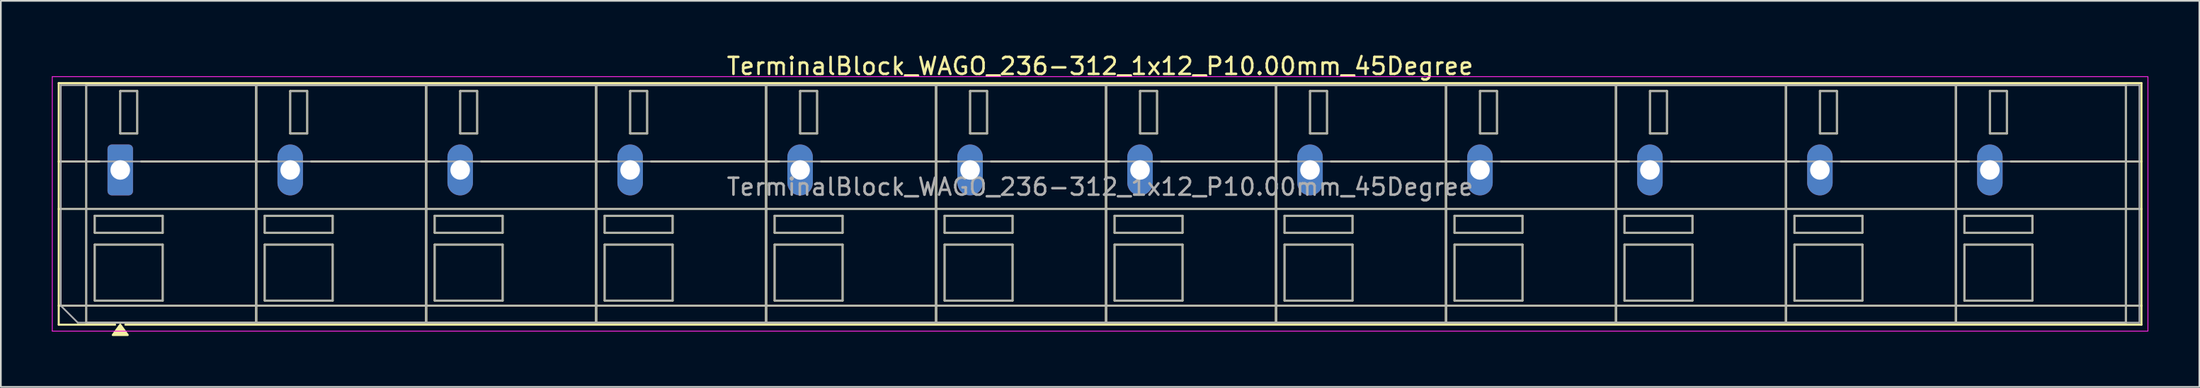
<source format=kicad_pcb>
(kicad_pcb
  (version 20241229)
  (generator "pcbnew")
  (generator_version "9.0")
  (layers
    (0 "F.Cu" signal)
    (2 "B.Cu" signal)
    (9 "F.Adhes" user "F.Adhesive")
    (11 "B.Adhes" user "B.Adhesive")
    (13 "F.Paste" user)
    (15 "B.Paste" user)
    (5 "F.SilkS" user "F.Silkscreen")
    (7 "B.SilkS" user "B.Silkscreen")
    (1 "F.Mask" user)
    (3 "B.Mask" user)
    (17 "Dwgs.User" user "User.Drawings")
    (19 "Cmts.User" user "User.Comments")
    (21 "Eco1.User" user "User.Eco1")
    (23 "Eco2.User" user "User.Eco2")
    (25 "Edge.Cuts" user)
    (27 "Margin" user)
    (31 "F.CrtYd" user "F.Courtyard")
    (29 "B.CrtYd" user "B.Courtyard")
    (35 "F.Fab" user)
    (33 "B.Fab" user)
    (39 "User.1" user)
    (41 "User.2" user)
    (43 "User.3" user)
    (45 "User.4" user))
  (footprint "TerminalBlock_WAGO_236-312_1x12_P10.00mm_45Degree"
    (layer "F.Cu")
    (at 4.025 6.968)
    (property "Reference" "TerminalBlock_WAGO_236-312_1x12_P10.00mm_45Degree" (at 57.65 -6.12 0) (layer "F.SilkS") (effects (font (size 1 1) (thickness 0.15))))
    (attr through_hole)
    (fp_line (start -3.62 -5.12) (end 118.92 -5.12) (stroke (width 0.12) (type solid)) (layer "F.SilkS"))
    (fp_line (start -3.62 -0.5) (end -1.23 -0.5) (stroke (width 0.12) (type solid)) (layer "F.SilkS"))
    (fp_line (start -3.62 2.3) (end 118.92 2.3) (stroke (width 0.12) (type solid)) (layer "F.SilkS"))
    (fp_line (start -3.62 8) (end 118.92 8) (stroke (width 0.12) (type solid)) (layer "F.SilkS"))
    (fp_line (start -3.62 9.12) (end -3.62 -5.12) (stroke (width 0.12) (type solid)) (layer "F.SilkS"))
    (fp_line (start -2 -5) (end 8 -5) (stroke (width 0.12) (type solid)) (layer "F.SilkS"))
    (fp_line (start -2 9) (end -2 -5) (stroke (width 0.12) (type solid)) (layer "F.SilkS"))
    (fp_line (start -1.5 2.7) (end 2.5 2.7) (stroke (width 0.12) (type solid)) (layer "F.SilkS"))
    (fp_line (start -1.5 3.7) (end -1.5 2.7) (stroke (width 0.12) (type solid)) (layer "F.SilkS"))
    (fp_line (start -1.5 4.4) (end 2.5 4.4) (stroke (width 0.12) (type solid)) (layer "F.SilkS"))
    (fp_line (start -1.5 7.7) (end -1.5 4.4) (stroke (width 0.12) (type solid)) (layer "F.SilkS"))
    (fp_line (start -0.3 9.12) (end -3.62 9.12) (stroke (width 0.12) (type solid)) (layer "F.SilkS"))
    (fp_line (start 0 -4.65) (end 1 -4.65) (stroke (width 0.12) (type solid)) (layer "F.SilkS"))
    (fp_line (start 0 -2.15) (end 0 -4.65) (stroke (width 0.12) (type solid)) (layer "F.SilkS"))
    (fp_line (start 1 -4.65) (end 1 -2.15) (stroke (width 0.12) (type solid)) (layer "F.SilkS"))
    (fp_line (start 1 -2.15) (end 0 -2.15) (stroke (width 0.12) (type solid)) (layer "F.SilkS"))
    (fp_line (start 1.23 -0.5) (end 8.77 -0.5) (stroke (width 0.12) (type solid)) (layer "F.SilkS"))
    (fp_line (start 2.5 2.7) (end 2.5 3.7) (stroke (width 0.12) (type solid)) (layer "F.SilkS"))
    (fp_line (start 2.5 3.7) (end -1.5 3.7) (stroke (width 0.12) (type solid)) (layer "F.SilkS"))
    (fp_line (start 2.5 4.4) (end 2.5 7.7) (stroke (width 0.12) (type solid)) (layer "F.SilkS"))
    (fp_line (start 2.5 7.7) (end -1.5 7.7) (stroke (width 0.12) (type solid)) (layer "F.SilkS"))
    (fp_line (start 8 -5) (end 8 9) (stroke (width 0.12) (type solid)) (layer "F.SilkS"))
    (fp_line (start 8 -5) (end 18 -5) (stroke (width 0.12) (type solid)) (layer "F.SilkS"))
    (fp_line (start 8 9) (end -2 9) (stroke (width 0.12) (type solid)) (layer "F.SilkS"))
    (fp_line (start 8 9) (end 8 -5) (stroke (width 0.12) (type solid)) (layer "F.SilkS"))
    (fp_line (start 8.5 2.7) (end 12.5 2.7) (stroke (width 0.12) (type solid)) (layer "F.SilkS"))
    (fp_line (start 8.5 3.7) (end 8.5 2.7) (stroke (width 0.12) (type solid)) (layer "F.SilkS"))
    (fp_line (start 8.5 4.4) (end 12.5 4.4) (stroke (width 0.12) (type solid)) (layer "F.SilkS"))
    (fp_line (start 8.5 7.7) (end 8.5 4.4) (stroke (width 0.12) (type solid)) (layer "F.SilkS"))
    (fp_line (start 10 -4.65) (end 11 -4.65) (stroke (width 0.12) (type solid)) (layer "F.SilkS"))
    (fp_line (start 10 -2.15) (end 10 -4.65) (stroke (width 0.12) (type solid)) (layer "F.SilkS"))
    (fp_line (start 11 -4.65) (end 11 -2.15) (stroke (width 0.12) (type solid)) (layer "F.SilkS"))
    (fp_line (start 11 -2.15) (end 10 -2.15) (stroke (width 0.12) (type solid)) (layer "F.SilkS"))
    (fp_line (start 11.23 -0.5) (end 18.77 -0.5) (stroke (width 0.12) (type solid)) (layer "F.SilkS"))
    (fp_line (start 12.5 2.7) (end 12.5 3.7) (stroke (width 0.12) (type solid)) (layer "F.SilkS"))
    (fp_line (start 12.5 3.7) (end 8.5 3.7) (stroke (width 0.12) (type solid)) (layer "F.SilkS"))
    (fp_line (start 12.5 4.4) (end 12.5 7.7) (stroke (width 0.12) (type solid)) (layer "F.SilkS"))
    (fp_line (start 12.5 7.7) (end 8.5 7.7) (stroke (width 0.12) (type solid)) (layer "F.SilkS"))
    (fp_line (start 18 -5) (end 18 9) (stroke (width 0.12) (type solid)) (layer "F.SilkS"))
    (fp_line (start 18 -5) (end 28 -5) (stroke (width 0.12) (type solid)) (layer "F.SilkS"))
    (fp_line (start 18 9) (end 8 9) (stroke (width 0.12) (type solid)) (layer "F.SilkS"))
    (fp_line (start 18 9) (end 18 -5) (stroke (width 0.12) (type solid)) (layer "F.SilkS"))
    (fp_line (start 18.5 2.7) (end 22.5 2.7) (stroke (width 0.12) (type solid)) (layer "F.SilkS"))
    (fp_line (start 18.5 3.7) (end 18.5 2.7) (stroke (width 0.12) (type solid)) (layer "F.SilkS"))
    (fp_line (start 18.5 4.4) (end 22.5 4.4) (stroke (width 0.12) (type solid)) (layer "F.SilkS"))
    (fp_line (start 18.5 7.7) (end 18.5 4.4) (stroke (width 0.12) (type solid)) (layer "F.SilkS"))
    (fp_line (start 20 -4.65) (end 21 -4.65) (stroke (width 0.12) (type solid)) (layer "F.SilkS"))
    (fp_line (start 20 -2.15) (end 20 -4.65) (stroke (width 0.12) (type solid)) (layer "F.SilkS"))
    (fp_line (start 21 -4.65) (end 21 -2.15) (stroke (width 0.12) (type solid)) (layer "F.SilkS"))
    (fp_line (start 21 -2.15) (end 20 -2.15) (stroke (width 0.12) (type solid)) (layer "F.SilkS"))
    (fp_line (start 21.23 -0.5) (end 28.77 -0.5) (stroke (width 0.12) (type solid)) (layer "F.SilkS"))
    (fp_line (start 22.5 2.7) (end 22.5 3.7) (stroke (width 0.12) (type solid)) (layer "F.SilkS"))
    (fp_line (start 22.5 3.7) (end 18.5 3.7) (stroke (width 0.12) (type solid)) (layer "F.SilkS"))
    (fp_line (start 22.5 4.4) (end 22.5 7.7) (stroke (width 0.12) (type solid)) (layer "F.SilkS"))
    (fp_line (start 22.5 7.7) (end 18.5 7.7) (stroke (width 0.12) (type solid)) (layer "F.SilkS"))
    (fp_line (start 28 -5) (end 28 9) (stroke (width 0.12) (type solid)) (layer "F.SilkS"))
    (fp_line (start 28 -5) (end 38 -5) (stroke (width 0.12) (type solid)) (layer "F.SilkS"))
    (fp_line (start 28 9) (end 18 9) (stroke (width 0.12) (type solid)) (layer "F.SilkS"))
    (fp_line (start 28 9) (end 28 -5) (stroke (width 0.12) (type solid)) (layer "F.SilkS"))
    (fp_line (start 28.5 2.7) (end 32.5 2.7) (stroke (width 0.12) (type solid)) (layer "F.SilkS"))
    (fp_line (start 28.5 3.7) (end 28.5 2.7) (stroke (width 0.12) (type solid)) (layer "F.SilkS"))
    (fp_line (start 28.5 4.4) (end 32.5 4.4) (stroke (width 0.12) (type solid)) (layer "F.SilkS"))
    (fp_line (start 28.5 7.7) (end 28.5 4.4) (stroke (width 0.12) (type solid)) (layer "F.SilkS"))
    (fp_line (start 30 -4.65) (end 31 -4.65) (stroke (width 0.12) (type solid)) (layer "F.SilkS"))
    (fp_line (start 30 -2.15) (end 30 -4.65) (stroke (width 0.12) (type solid)) (layer "F.SilkS"))
    (fp_line (start 31 -4.65) (end 31 -2.15) (stroke (width 0.12) (type solid)) (layer "F.SilkS"))
    (fp_line (start 31 -2.15) (end 30 -2.15) (stroke (width 0.12) (type solid)) (layer "F.SilkS"))
    (fp_line (start 31.23 -0.5) (end 38.77 -0.5) (stroke (width 0.12) (type solid)) (layer "F.SilkS"))
    (fp_line (start 32.5 2.7) (end 32.5 3.7) (stroke (width 0.12) (type solid)) (layer "F.SilkS"))
    (fp_line (start 32.5 3.7) (end 28.5 3.7) (stroke (width 0.12) (type solid)) (layer "F.SilkS"))
    (fp_line (start 32.5 4.4) (end 32.5 7.7) (stroke (width 0.12) (type solid)) (layer "F.SilkS"))
    (fp_line (start 32.5 7.7) (end 28.5 7.7) (stroke (width 0.12) (type solid)) (layer "F.SilkS"))
    (fp_line (start 38 -5) (end 38 9) (stroke (width 0.12) (type solid)) (layer "F.SilkS"))
    (fp_line (start 38 -5) (end 48 -5) (stroke (width 0.12) (type solid)) (layer "F.SilkS"))
    (fp_line (start 38 9) (end 28 9) (stroke (width 0.12) (type solid)) (layer "F.SilkS"))
    (fp_line (start 38 9) (end 38 -5) (stroke (width 0.12) (type solid)) (layer "F.SilkS"))
    (fp_line (start 38.5 2.7) (end 42.5 2.7) (stroke (width 0.12) (type solid)) (layer "F.SilkS"))
    (fp_line (start 38.5 3.7) (end 38.5 2.7) (stroke (width 0.12) (type solid)) (layer "F.SilkS"))
    (fp_line (start 38.5 4.4) (end 42.5 4.4) (stroke (width 0.12) (type solid)) (layer "F.SilkS"))
    (fp_line (start 38.5 7.7) (end 38.5 4.4) (stroke (width 0.12) (type solid)) (layer "F.SilkS"))
    (fp_line (start 40 -4.65) (end 41 -4.65) (stroke (width 0.12) (type solid)) (layer "F.SilkS"))
    (fp_line (start 40 -2.15) (end 40 -4.65) (stroke (width 0.12) (type solid)) (layer "F.SilkS"))
    (fp_line (start 41 -4.65) (end 41 -2.15) (stroke (width 0.12) (type solid)) (layer "F.SilkS"))
    (fp_line (start 41 -2.15) (end 40 -2.15) (stroke (width 0.12) (type solid)) (layer "F.SilkS"))
    (fp_line (start 41.23 -0.5) (end 48.77 -0.5) (stroke (width 0.12) (type solid)) (layer "F.SilkS"))
    (fp_line (start 42.5 2.7) (end 42.5 3.7) (stroke (width 0.12) (type solid)) (layer "F.SilkS"))
    (fp_line (start 42.5 3.7) (end 38.5 3.7) (stroke (width 0.12) (type solid)) (layer "F.SilkS"))
    (fp_line (start 42.5 4.4) (end 42.5 7.7) (stroke (width 0.12) (type solid)) (layer "F.SilkS"))
    (fp_line (start 42.5 7.7) (end 38.5 7.7) (stroke (width 0.12) (type solid)) (layer "F.SilkS"))
    (fp_line (start 48 -5) (end 48 9) (stroke (width 0.12) (type solid)) (layer "F.SilkS"))
    (fp_line (start 48 -5) (end 58 -5) (stroke (width 0.12) (type solid)) (layer "F.SilkS"))
    (fp_line (start 48 9) (end 38 9) (stroke (width 0.12) (type solid)) (layer "F.SilkS"))
    (fp_line (start 48 9) (end 48 -5) (stroke (width 0.12) (type solid)) (layer "F.SilkS"))
    (fp_line (start 48.5 2.7) (end 52.5 2.7) (stroke (width 0.12) (type solid)) (layer "F.SilkS"))
    (fp_line (start 48.5 3.7) (end 48.5 2.7) (stroke (width 0.12) (type solid)) (layer "F.SilkS"))
    (fp_line (start 48.5 4.4) (end 52.5 4.4) (stroke (width 0.12) (type solid)) (layer "F.SilkS"))
    (fp_line (start 48.5 7.7) (end 48.5 4.4) (stroke (width 0.12) (type solid)) (layer "F.SilkS"))
    (fp_line (start 50 -4.65) (end 51 -4.65) (stroke (width 0.12) (type solid)) (layer "F.SilkS"))
    (fp_line (start 50 -2.15) (end 50 -4.65) (stroke (width 0.12) (type solid)) (layer "F.SilkS"))
    (fp_line (start 51 -4.65) (end 51 -2.15) (stroke (width 0.12) (type solid)) (layer "F.SilkS"))
    (fp_line (start 51 -2.15) (end 50 -2.15) (stroke (width 0.12) (type solid)) (layer "F.SilkS"))
    (fp_line (start 51.23 -0.5) (end 58.77 -0.5) (stroke (width 0.12) (type solid)) (layer "F.SilkS"))
    (fp_line (start 52.5 2.7) (end 52.5 3.7) (stroke (width 0.12) (type solid)) (layer "F.SilkS"))
    (fp_line (start 52.5 3.7) (end 48.5 3.7) (stroke (width 0.12) (type solid)) (layer "F.SilkS"))
    (fp_line (start 52.5 4.4) (end 52.5 7.7) (stroke (width 0.12) (type solid)) (layer "F.SilkS"))
    (fp_line (start 52.5 7.7) (end 48.5 7.7) (stroke (width 0.12) (type solid)) (layer "F.SilkS"))
    (fp_line (start 58 -5) (end 58 9) (stroke (width 0.12) (type solid)) (layer "F.SilkS"))
    (fp_line (start 58 -5) (end 68 -5) (stroke (width 0.12) (type solid)) (layer "F.SilkS"))
    (fp_line (start 58 9) (end 48 9) (stroke (width 0.12) (type solid)) (layer "F.SilkS"))
    (fp_line (start 58 9) (end 58 -5) (stroke (width 0.12) (type solid)) (layer "F.SilkS"))
    (fp_line (start 58.5 2.7) (end 62.5 2.7) (stroke (width 0.12) (type solid)) (layer "F.SilkS"))
    (fp_line (start 58.5 3.7) (end 58.5 2.7) (stroke (width 0.12) (type solid)) (layer "F.SilkS"))
    (fp_line (start 58.5 4.4) (end 62.5 4.4) (stroke (width 0.12) (type solid)) (layer "F.SilkS"))
    (fp_line (start 58.5 7.7) (end 58.5 4.4) (stroke (width 0.12) (type solid)) (layer "F.SilkS"))
    (fp_line (start 60 -4.65) (end 61 -4.65) (stroke (width 0.12) (type solid)) (layer "F.SilkS"))
    (fp_line (start 60 -2.15) (end 60 -4.65) (stroke (width 0.12) (type solid)) (layer "F.SilkS"))
    (fp_line (start 61 -4.65) (end 61 -2.15) (stroke (width 0.12) (type solid)) (layer "F.SilkS"))
    (fp_line (start 61 -2.15) (end 60 -2.15) (stroke (width 0.12) (type solid)) (layer "F.SilkS"))
    (fp_line (start 61.23 -0.5) (end 68.77 -0.5) (stroke (width 0.12) (type solid)) (layer "F.SilkS"))
    (fp_line (start 62.5 2.7) (end 62.5 3.7) (stroke (width 0.12) (type solid)) (layer "F.SilkS"))
    (fp_line (start 62.5 3.7) (end 58.5 3.7) (stroke (width 0.12) (type solid)) (layer "F.SilkS"))
    (fp_line (start 62.5 4.4) (end 62.5 7.7) (stroke (width 0.12) (type solid)) (layer "F.SilkS"))
    (fp_line (start 62.5 7.7) (end 58.5 7.7) (stroke (width 0.12) (type solid)) (layer "F.SilkS"))
    (fp_line (start 68 -5) (end 68 9) (stroke (width 0.12) (type solid)) (layer "F.SilkS"))
    (fp_line (start 68 -5) (end 78 -5) (stroke (width 0.12) (type solid)) (layer "F.SilkS"))
    (fp_line (start 68 9) (end 58 9) (stroke (width 0.12) (type solid)) (layer "F.SilkS"))
    (fp_line (start 68 9) (end 68 -5) (stroke (width 0.12) (type solid)) (layer "F.SilkS"))
    (fp_line (start 68.5 2.7) (end 72.5 2.7) (stroke (width 0.12) (type solid)) (layer "F.SilkS"))
    (fp_line (start 68.5 3.7) (end 68.5 2.7) (stroke (width 0.12) (type solid)) (layer "F.SilkS"))
    (fp_line (start 68.5 4.4) (end 72.5 4.4) (stroke (width 0.12) (type solid)) (layer "F.SilkS"))
    (fp_line (start 68.5 7.7) (end 68.5 4.4) (stroke (width 0.12) (type solid)) (layer "F.SilkS"))
    (fp_line (start 70 -4.65) (end 71 -4.65) (stroke (width 0.12) (type solid)) (layer "F.SilkS"))
    (fp_line (start 70 -2.15) (end 70 -4.65) (stroke (width 0.12) (type solid)) (layer "F.SilkS"))
    (fp_line (start 71 -4.65) (end 71 -2.15) (stroke (width 0.12) (type solid)) (layer "F.SilkS"))
    (fp_line (start 71 -2.15) (end 70 -2.15) (stroke (width 0.12) (type solid)) (layer "F.SilkS"))
    (fp_line (start 71.23 -0.5) (end 78.77 -0.5) (stroke (width 0.12) (type solid)) (layer "F.SilkS"))
    (fp_line (start 72.5 2.7) (end 72.5 3.7) (stroke (width 0.12) (type solid)) (layer "F.SilkS"))
    (fp_line (start 72.5 3.7) (end 68.5 3.7) (stroke (width 0.12) (type solid)) (layer "F.SilkS"))
    (fp_line (start 72.5 4.4) (end 72.5 7.7) (stroke (width 0.12) (type solid)) (layer "F.SilkS"))
    (fp_line (start 72.5 7.7) (end 68.5 7.7) (stroke (width 0.12) (type solid)) (layer "F.SilkS"))
    (fp_line (start 78 -5) (end 78 9) (stroke (width 0.12) (type solid)) (layer "F.SilkS"))
    (fp_line (start 78 -5) (end 88 -5) (stroke (width 0.12) (type solid)) (layer "F.SilkS"))
    (fp_line (start 78 9) (end 68 9) (stroke (width 0.12) (type solid)) (layer "F.SilkS"))
    (fp_line (start 78 9) (end 78 -5) (stroke (width 0.12) (type solid)) (layer "F.SilkS"))
    (fp_line (start 78.5 2.7) (end 82.5 2.7) (stroke (width 0.12) (type solid)) (layer "F.SilkS"))
    (fp_line (start 78.5 3.7) (end 78.5 2.7) (stroke (width 0.12) (type solid)) (layer "F.SilkS"))
    (fp_line (start 78.5 4.4) (end 82.5 4.4) (stroke (width 0.12) (type solid)) (layer "F.SilkS"))
    (fp_line (start 78.5 7.7) (end 78.5 4.4) (stroke (width 0.12) (type solid)) (layer "F.SilkS"))
    (fp_line (start 80 -4.65) (end 81 -4.65) (stroke (width 0.12) (type solid)) (layer "F.SilkS"))
    (fp_line (start 80 -2.15) (end 80 -4.65) (stroke (width 0.12) (type solid)) (layer "F.SilkS"))
    (fp_line (start 81 -4.65) (end 81 -2.15) (stroke (width 0.12) (type solid)) (layer "F.SilkS"))
    (fp_line (start 81 -2.15) (end 80 -2.15) (stroke (width 0.12) (type solid)) (layer "F.SilkS"))
    (fp_line (start 81.23 -0.5) (end 88.77 -0.5) (stroke (width 0.12) (type solid)) (layer "F.SilkS"))
    (fp_line (start 82.5 2.7) (end 82.5 3.7) (stroke (width 0.12) (type solid)) (layer "F.SilkS"))
    (fp_line (start 82.5 3.7) (end 78.5 3.7) (stroke (width 0.12) (type solid)) (layer "F.SilkS"))
    (fp_line (start 82.5 4.4) (end 82.5 7.7) (stroke (width 0.12) (type solid)) (layer "F.SilkS"))
    (fp_line (start 82.5 7.7) (end 78.5 7.7) (stroke (width 0.12) (type solid)) (layer "F.SilkS"))
    (fp_line (start 88 -5) (end 88 9) (stroke (width 0.12) (type solid)) (layer "F.SilkS"))
    (fp_line (start 88 -5) (end 98 -5) (stroke (width 0.12) (type solid)) (layer "F.SilkS"))
    (fp_line (start 88 9) (end 78 9) (stroke (width 0.12) (type solid)) (layer "F.SilkS"))
    (fp_line (start 88 9) (end 88 -5) (stroke (width 0.12) (type solid)) (layer "F.SilkS"))
    (fp_line (start 88.5 2.7) (end 92.5 2.7) (stroke (width 0.12) (type solid)) (layer "F.SilkS"))
    (fp_line (start 88.5 3.7) (end 88.5 2.7) (stroke (width 0.12) (type solid)) (layer "F.SilkS"))
    (fp_line (start 88.5 4.4) (end 92.5 4.4) (stroke (width 0.12) (type solid)) (layer "F.SilkS"))
    (fp_line (start 88.5 7.7) (end 88.5 4.4) (stroke (width 0.12) (type solid)) (layer "F.SilkS"))
    (fp_line (start 90 -4.65) (end 91 -4.65) (stroke (width 0.12) (type solid)) (layer "F.SilkS"))
    (fp_line (start 90 -2.15) (end 90 -4.65) (stroke (width 0.12) (type solid)) (layer "F.SilkS"))
    (fp_line (start 91 -4.65) (end 91 -2.15) (stroke (width 0.12) (type solid)) (layer "F.SilkS"))
    (fp_line (start 91 -2.15) (end 90 -2.15) (stroke (width 0.12) (type solid)) (layer "F.SilkS"))
    (fp_line (start 91.23 -0.5) (end 98.77 -0.5) (stroke (width 0.12) (type solid)) (layer "F.SilkS"))
    (fp_line (start 92.5 2.7) (end 92.5 3.7) (stroke (width 0.12) (type solid)) (layer "F.SilkS"))
    (fp_line (start 92.5 3.7) (end 88.5 3.7) (stroke (width 0.12) (type solid)) (layer "F.SilkS"))
    (fp_line (start 92.5 4.4) (end 92.5 7.7) (stroke (width 0.12) (type solid)) (layer "F.SilkS"))
    (fp_line (start 92.5 7.7) (end 88.5 7.7) (stroke (width 0.12) (type solid)) (layer "F.SilkS"))
    (fp_line (start 98 -5) (end 98 9) (stroke (width 0.12) (type solid)) (layer "F.SilkS"))
    (fp_line (start 98 -5) (end 108 -5) (stroke (width 0.12) (type solid)) (layer "F.SilkS"))
    (fp_line (start 98 9) (end 88 9) (stroke (width 0.12) (type solid)) (layer "F.SilkS"))
    (fp_line (start 98 9) (end 98 -5) (stroke (width 0.12) (type solid)) (layer "F.SilkS"))
    (fp_line (start 98.5 2.7) (end 102.5 2.7) (stroke (width 0.12) (type solid)) (layer "F.SilkS"))
    (fp_line (start 98.5 3.7) (end 98.5 2.7) (stroke (width 0.12) (type solid)) (layer "F.SilkS"))
    (fp_line (start 98.5 4.4) (end 102.5 4.4) (stroke (width 0.12) (type solid)) (layer "F.SilkS"))
    (fp_line (start 98.5 7.7) (end 98.5 4.4) (stroke (width 0.12) (type solid)) (layer "F.SilkS"))
    (fp_line (start 100 -4.65) (end 101 -4.65) (stroke (width 0.12) (type solid)) (layer "F.SilkS"))
    (fp_line (start 100 -2.15) (end 100 -4.65) (stroke (width 0.12) (type solid)) (layer "F.SilkS"))
    (fp_line (start 101 -4.65) (end 101 -2.15) (stroke (width 0.12) (type solid)) (layer "F.SilkS"))
    (fp_line (start 101 -2.15) (end 100 -2.15) (stroke (width 0.12) (type solid)) (layer "F.SilkS"))
    (fp_line (start 101.23 -0.5) (end 108.77 -0.5) (stroke (width 0.12) (type solid)) (layer "F.SilkS"))
    (fp_line (start 102.5 2.7) (end 102.5 3.7) (stroke (width 0.12) (type solid)) (layer "F.SilkS"))
    (fp_line (start 102.5 3.7) (end 98.5 3.7) (stroke (width 0.12) (type solid)) (layer "F.SilkS"))
    (fp_line (start 102.5 4.4) (end 102.5 7.7) (stroke (width 0.12) (type solid)) (layer "F.SilkS"))
    (fp_line (start 102.5 7.7) (end 98.5 7.7) (stroke (width 0.12) (type solid)) (layer "F.SilkS"))
    (fp_line (start 108 -5) (end 108 9) (stroke (width 0.12) (type solid)) (layer "F.SilkS"))
    (fp_line (start 108 -5) (end 118 -5) (stroke (width 0.12) (type solid)) (layer "F.SilkS"))
    (fp_line (start 108 9) (end 98 9) (stroke (width 0.12) (type solid)) (layer "F.SilkS"))
    (fp_line (start 108 9) (end 108 -5) (stroke (width 0.12) (type solid)) (layer "F.SilkS"))
    (fp_line (start 108.5 2.7) (end 112.5 2.7) (stroke (width 0.12) (type solid)) (layer "F.SilkS"))
    (fp_line (start 108.5 3.7) (end 108.5 2.7) (stroke (width 0.12) (type solid)) (layer "F.SilkS"))
    (fp_line (start 108.5 4.4) (end 112.5 4.4) (stroke (width 0.12) (type solid)) (layer "F.SilkS"))
    (fp_line (start 108.5 7.7) (end 108.5 4.4) (stroke (width 0.12) (type solid)) (layer "F.SilkS"))
    (fp_line (start 110 -4.65) (end 111 -4.65) (stroke (width 0.12) (type solid)) (layer "F.SilkS"))
    (fp_line (start 110 -2.15) (end 110 -4.65) (stroke (width 0.12) (type solid)) (layer "F.SilkS"))
    (fp_line (start 111 -4.65) (end 111 -2.15) (stroke (width 0.12) (type solid)) (layer "F.SilkS"))
    (fp_line (start 111 -2.15) (end 110 -2.15) (stroke (width 0.12) (type solid)) (layer "F.SilkS"))
    (fp_line (start 111.23 -0.5) (end 118.92 -0.5) (stroke (width 0.12) (type solid)) (layer "F.SilkS"))
    (fp_line (start 112.5 2.7) (end 112.5 3.7) (stroke (width 0.12) (type solid)) (layer "F.SilkS"))
    (fp_line (start 112.5 3.7) (end 108.5 3.7) (stroke (width 0.12) (type solid)) (layer "F.SilkS"))
    (fp_line (start 112.5 4.4) (end 112.5 7.7) (stroke (width 0.12) (type solid)) (layer "F.SilkS"))
    (fp_line (start 112.5 7.7) (end 108.5 7.7) (stroke (width 0.12) (type solid)) (layer "F.SilkS"))
    (fp_line (start 118 -5) (end 118 9) (stroke (width 0.12) (type solid)) (layer "F.SilkS"))
    (fp_line (start 118 9) (end 108 9) (stroke (width 0.12) (type solid)) (layer "F.SilkS"))
    (fp_line (start 118.92 -5.12) (end 118.92 9.12) (stroke (width 0.12) (type solid)) (layer "F.SilkS"))
    (fp_line (start 118.92 9.12) (end 0.3 9.12) (stroke (width 0.12) (type solid)) (layer "F.SilkS"))
    (fp_poly (pts (xy 0 9.12) (xy 0.44 9.73) (xy -0.44 9.73)) (stroke (width 0.12) (type solid)) (fill yes) (layer "F.SilkS"))
    (fp_line (start -4 -5.5) (end -4 9.5) (stroke (width 0.05) (type solid)) (layer "F.CrtYd"))
    (fp_line (start -4 9.5) (end 119.3 9.5) (stroke (width 0.05) (type solid)) (layer "F.CrtYd"))
    (fp_line (start 119.3 -5.5) (end -4 -5.5) (stroke (width 0.05) (type solid)) (layer "F.CrtYd"))
    (fp_line (start 119.3 9.5) (end 119.3 -5.5) (stroke (width 0.05) (type solid)) (layer "F.CrtYd"))
    (fp_line (start -3.5 -5) (end 118.8 -5) (stroke (width 0.1) (type solid)) (layer "F.Fab"))
    (fp_line (start -3.5 -0.5) (end 118.8 -0.5) (stroke (width 0.1) (type solid)) (layer "F.Fab"))
    (fp_line (start -3.5 2.3) (end 118.8 2.3) (stroke (width 0.1) (type solid)) (layer "F.Fab"))
    (fp_line (start -3.5 8) (end -3.5 -5) (stroke (width 0.1) (type solid)) (layer "F.Fab"))
    (fp_line (start -3.5 8) (end 118.8 8) (stroke (width 0.1) (type solid)) (layer "F.Fab"))
    (fp_line (start -2.5 9) (end -3.5 8) (stroke (width 0.1) (type solid)) (layer "F.Fab"))
    (fp_line (start -2 -5) (end -2 9) (stroke (width 0.1) (type solid)) (layer "F.Fab"))
    (fp_line (start -2 9) (end 8 9) (stroke (width 0.1) (type solid)) (layer "F.Fab"))
    (fp_line (start -1.5 2.7) (end -1.5 3.7) (stroke (width 0.1) (type solid)) (layer "F.Fab"))
    (fp_line (start -1.5 3.7) (end 2.5 3.7) (stroke (width 0.1) (type solid)) (layer "F.Fab"))
    (fp_line (start -1.5 4.4) (end -1.5 7.7) (stroke (width 0.1) (type solid)) (layer "F.Fab"))
    (fp_line (start -1.5 7.7) (end 2.5 7.7) (stroke (width 0.1) (type solid)) (layer "F.Fab"))
    (fp_line (start 0 -4.65) (end 0 -2.15) (stroke (width 0.1) (type solid)) (layer "F.Fab"))
    (fp_line (start 0 -2.15) (end 1 -2.15) (stroke (width 0.1) (type solid)) (layer "F.Fab"))
    (fp_line (start 1 -4.65) (end 0 -4.65) (stroke (width 0.1) (type solid)) (layer "F.Fab"))
    (fp_line (start 1 -2.15) (end 1 -4.65) (stroke (width 0.1) (type solid)) (layer "F.Fab"))
    (fp_line (start 2.5 2.7) (end -1.5 2.7) (stroke (width 0.1) (type solid)) (layer "F.Fab"))
    (fp_line (start 2.5 3.7) (end 2.5 2.7) (stroke (width 0.1) (type solid)) (layer "F.Fab"))
    (fp_line (start 2.5 4.4) (end -1.5 4.4) (stroke (width 0.1) (type solid)) (layer "F.Fab"))
    (fp_line (start 2.5 7.7) (end 2.5 4.4) (stroke (width 0.1) (type solid)) (layer "F.Fab"))
    (fp_line (start 8 -5) (end -2 -5) (stroke (width 0.1) (type solid)) (layer "F.Fab"))
    (fp_line (start 8 -5) (end 8 9) (stroke (width 0.1) (type solid)) (layer "F.Fab"))
    (fp_line (start 8 9) (end 8 -5) (stroke (width 0.1) (type solid)) (layer "F.Fab"))
    (fp_line (start 8 9) (end 18 9) (stroke (width 0.1) (type solid)) (layer "F.Fab"))
    (fp_line (start 8.5 2.7) (end 8.5 3.7) (stroke (width 0.1) (type solid)) (layer "F.Fab"))
    (fp_line (start 8.5 3.7) (end 12.5 3.7) (stroke (width 0.1) (type solid)) (layer "F.Fab"))
    (fp_line (start 8.5 4.4) (end 8.5 7.7) (stroke (width 0.1) (type solid)) (layer "F.Fab"))
    (fp_line (start 8.5 7.7) (end 12.5 7.7) (stroke (width 0.1) (type solid)) (layer "F.Fab"))
    (fp_line (start 10 -4.65) (end 10 -2.15) (stroke (width 0.1) (type solid)) (layer "F.Fab"))
    (fp_line (start 10 -2.15) (end 11 -2.15) (stroke (width 0.1) (type solid)) (layer "F.Fab"))
    (fp_line (start 11 -4.65) (end 10 -4.65) (stroke (width 0.1) (type solid)) (layer "F.Fab"))
    (fp_line (start 11 -2.15) (end 11 -4.65) (stroke (width 0.1) (type solid)) (layer "F.Fab"))
    (fp_line (start 12.5 2.7) (end 8.5 2.7) (stroke (width 0.1) (type solid)) (layer "F.Fab"))
    (fp_line (start 12.5 3.7) (end 12.5 2.7) (stroke (width 0.1) (type solid)) (layer "F.Fab"))
    (fp_line (start 12.5 4.4) (end 8.5 4.4) (stroke (width 0.1) (type solid)) (layer "F.Fab"))
    (fp_line (start 12.5 7.7) (end 12.5 4.4) (stroke (width 0.1) (type solid)) (layer "F.Fab"))
    (fp_line (start 18 -5) (end 8 -5) (stroke (width 0.1) (type solid)) (layer "F.Fab"))
    (fp_line (start 18 -5) (end 18 9) (stroke (width 0.1) (type solid)) (layer "F.Fab"))
    (fp_line (start 18 9) (end 18 -5) (stroke (width 0.1) (type solid)) (layer "F.Fab"))
    (fp_line (start 18 9) (end 28 9) (stroke (width 0.1) (type solid)) (layer "F.Fab"))
    (fp_line (start 18.5 2.7) (end 18.5 3.7) (stroke (width 0.1) (type solid)) (layer "F.Fab"))
    (fp_line (start 18.5 3.7) (end 22.5 3.7) (stroke (width 0.1) (type solid)) (layer "F.Fab"))
    (fp_line (start 18.5 4.4) (end 18.5 7.7) (stroke (width 0.1) (type solid)) (layer "F.Fab"))
    (fp_line (start 18.5 7.7) (end 22.5 7.7) (stroke (width 0.1) (type solid)) (layer "F.Fab"))
    (fp_line (start 20 -4.65) (end 20 -2.15) (stroke (width 0.1) (type solid)) (layer "F.Fab"))
    (fp_line (start 20 -2.15) (end 21 -2.15) (stroke (width 0.1) (type solid)) (layer "F.Fab"))
    (fp_line (start 21 -4.65) (end 20 -4.65) (stroke (width 0.1) (type solid)) (layer "F.Fab"))
    (fp_line (start 21 -2.15) (end 21 -4.65) (stroke (width 0.1) (type solid)) (layer "F.Fab"))
    (fp_line (start 22.5 2.7) (end 18.5 2.7) (stroke (width 0.1) (type solid)) (layer "F.Fab"))
    (fp_line (start 22.5 3.7) (end 22.5 2.7) (stroke (width 0.1) (type solid)) (layer "F.Fab"))
    (fp_line (start 22.5 4.4) (end 18.5 4.4) (stroke (width 0.1) (type solid)) (layer "F.Fab"))
    (fp_line (start 22.5 7.7) (end 22.5 4.4) (stroke (width 0.1) (type solid)) (layer "F.Fab"))
    (fp_line (start 28 -5) (end 18 -5) (stroke (width 0.1) (type solid)) (layer "F.Fab"))
    (fp_line (start 28 -5) (end 28 9) (stroke (width 0.1) (type solid)) (layer "F.Fab"))
    (fp_line (start 28 9) (end 28 -5) (stroke (width 0.1) (type solid)) (layer "F.Fab"))
    (fp_line (start 28 9) (end 38 9) (stroke (width 0.1) (type solid)) (layer "F.Fab"))
    (fp_line (start 28.5 2.7) (end 28.5 3.7) (stroke (width 0.1) (type solid)) (layer "F.Fab"))
    (fp_line (start 28.5 3.7) (end 32.5 3.7) (stroke (width 0.1) (type solid)) (layer "F.Fab"))
    (fp_line (start 28.5 4.4) (end 28.5 7.7) (stroke (width 0.1) (type solid)) (layer "F.Fab"))
    (fp_line (start 28.5 7.7) (end 32.5 7.7) (stroke (width 0.1) (type solid)) (layer "F.Fab"))
    (fp_line (start 30 -4.65) (end 30 -2.15) (stroke (width 0.1) (type solid)) (layer "F.Fab"))
    (fp_line (start 30 -2.15) (end 31 -2.15) (stroke (width 0.1) (type solid)) (layer "F.Fab"))
    (fp_line (start 31 -4.65) (end 30 -4.65) (stroke (width 0.1) (type solid)) (layer "F.Fab"))
    (fp_line (start 31 -2.15) (end 31 -4.65) (stroke (width 0.1) (type solid)) (layer "F.Fab"))
    (fp_line (start 32.5 2.7) (end 28.5 2.7) (stroke (width 0.1) (type solid)) (layer "F.Fab"))
    (fp_line (start 32.5 3.7) (end 32.5 2.7) (stroke (width 0.1) (type solid)) (layer "F.Fab"))
    (fp_line (start 32.5 4.4) (end 28.5 4.4) (stroke (width 0.1) (type solid)) (layer "F.Fab"))
    (fp_line (start 32.5 7.7) (end 32.5 4.4) (stroke (width 0.1) (type solid)) (layer "F.Fab"))
    (fp_line (start 38 -5) (end 28 -5) (stroke (width 0.1) (type solid)) (layer "F.Fab"))
    (fp_line (start 38 -5) (end 38 9) (stroke (width 0.1) (type solid)) (layer "F.Fab"))
    (fp_line (start 38 9) (end 38 -5) (stroke (width 0.1) (type solid)) (layer "F.Fab"))
    (fp_line (start 38 9) (end 48 9) (stroke (width 0.1) (type solid)) (layer "F.Fab"))
    (fp_line (start 38.5 2.7) (end 38.5 3.7) (stroke (width 0.1) (type solid)) (layer "F.Fab"))
    (fp_line (start 38.5 3.7) (end 42.5 3.7) (stroke (width 0.1) (type solid)) (layer "F.Fab"))
    (fp_line (start 38.5 4.4) (end 38.5 7.7) (stroke (width 0.1) (type solid)) (layer "F.Fab"))
    (fp_line (start 38.5 7.7) (end 42.5 7.7) (stroke (width 0.1) (type solid)) (layer "F.Fab"))
    (fp_line (start 40 -4.65) (end 40 -2.15) (stroke (width 0.1) (type solid)) (layer "F.Fab"))
    (fp_line (start 40 -2.15) (end 41 -2.15) (stroke (width 0.1) (type solid)) (layer "F.Fab"))
    (fp_line (start 41 -4.65) (end 40 -4.65) (stroke (width 0.1) (type solid)) (layer "F.Fab"))
    (fp_line (start 41 -2.15) (end 41 -4.65) (stroke (width 0.1) (type solid)) (layer "F.Fab"))
    (fp_line (start 42.5 2.7) (end 38.5 2.7) (stroke (width 0.1) (type solid)) (layer "F.Fab"))
    (fp_line (start 42.5 3.7) (end 42.5 2.7) (stroke (width 0.1) (type solid)) (layer "F.Fab"))
    (fp_line (start 42.5 4.4) (end 38.5 4.4) (stroke (width 0.1) (type solid)) (layer "F.Fab"))
    (fp_line (start 42.5 7.7) (end 42.5 4.4) (stroke (width 0.1) (type solid)) (layer "F.Fab"))
    (fp_line (start 48 -5) (end 38 -5) (stroke (width 0.1) (type solid)) (layer "F.Fab"))
    (fp_line (start 48 -5) (end 48 9) (stroke (width 0.1) (type solid)) (layer "F.Fab"))
    (fp_line (start 48 9) (end 48 -5) (stroke (width 0.1) (type solid)) (layer "F.Fab"))
    (fp_line (start 48 9) (end 58 9) (stroke (width 0.1) (type solid)) (layer "F.Fab"))
    (fp_line (start 48.5 2.7) (end 48.5 3.7) (stroke (width 0.1) (type solid)) (layer "F.Fab"))
    (fp_line (start 48.5 3.7) (end 52.5 3.7) (stroke (width 0.1) (type solid)) (layer "F.Fab"))
    (fp_line (start 48.5 4.4) (end 48.5 7.7) (stroke (width 0.1) (type solid)) (layer "F.Fab"))
    (fp_line (start 48.5 7.7) (end 52.5 7.7) (stroke (width 0.1) (type solid)) (layer "F.Fab"))
    (fp_line (start 50 -4.65) (end 50 -2.15) (stroke (width 0.1) (type solid)) (layer "F.Fab"))
    (fp_line (start 50 -2.15) (end 51 -2.15) (stroke (width 0.1) (type solid)) (layer "F.Fab"))
    (fp_line (start 51 -4.65) (end 50 -4.65) (stroke (width 0.1) (type solid)) (layer "F.Fab"))
    (fp_line (start 51 -2.15) (end 51 -4.65) (stroke (width 0.1) (type solid)) (layer "F.Fab"))
    (fp_line (start 52.5 2.7) (end 48.5 2.7) (stroke (width 0.1) (type solid)) (layer "F.Fab"))
    (fp_line (start 52.5 3.7) (end 52.5 2.7) (stroke (width 0.1) (type solid)) (layer "F.Fab"))
    (fp_line (start 52.5 4.4) (end 48.5 4.4) (stroke (width 0.1) (type solid)) (layer "F.Fab"))
    (fp_line (start 52.5 7.7) (end 52.5 4.4) (stroke (width 0.1) (type solid)) (layer "F.Fab"))
    (fp_line (start 58 -5) (end 48 -5) (stroke (width 0.1) (type solid)) (layer "F.Fab"))
    (fp_line (start 58 -5) (end 58 9) (stroke (width 0.1) (type solid)) (layer "F.Fab"))
    (fp_line (start 58 9) (end 58 -5) (stroke (width 0.1) (type solid)) (layer "F.Fab"))
    (fp_line (start 58 9) (end 68 9) (stroke (width 0.1) (type solid)) (layer "F.Fab"))
    (fp_line (start 58.5 2.7) (end 58.5 3.7) (stroke (width 0.1) (type solid)) (layer "F.Fab"))
    (fp_line (start 58.5 3.7) (end 62.5 3.7) (stroke (width 0.1) (type solid)) (layer "F.Fab"))
    (fp_line (start 58.5 4.4) (end 58.5 7.7) (stroke (width 0.1) (type solid)) (layer "F.Fab"))
    (fp_line (start 58.5 7.7) (end 62.5 7.7) (stroke (width 0.1) (type solid)) (layer "F.Fab"))
    (fp_line (start 60 -4.65) (end 60 -2.15) (stroke (width 0.1) (type solid)) (layer "F.Fab"))
    (fp_line (start 60 -2.15) (end 61 -2.15) (stroke (width 0.1) (type solid)) (layer "F.Fab"))
    (fp_line (start 61 -4.65) (end 60 -4.65) (stroke (width 0.1) (type solid)) (layer "F.Fab"))
    (fp_line (start 61 -2.15) (end 61 -4.65) (stroke (width 0.1) (type solid)) (layer "F.Fab"))
    (fp_line (start 62.5 2.7) (end 58.5 2.7) (stroke (width 0.1) (type solid)) (layer "F.Fab"))
    (fp_line (start 62.5 3.7) (end 62.5 2.7) (stroke (width 0.1) (type solid)) (layer "F.Fab"))
    (fp_line (start 62.5 4.4) (end 58.5 4.4) (stroke (width 0.1) (type solid)) (layer "F.Fab"))
    (fp_line (start 62.5 7.7) (end 62.5 4.4) (stroke (width 0.1) (type solid)) (layer "F.Fab"))
    (fp_line (start 68 -5) (end 58 -5) (stroke (width 0.1) (type solid)) (layer "F.Fab"))
    (fp_line (start 68 -5) (end 68 9) (stroke (width 0.1) (type solid)) (layer "F.Fab"))
    (fp_line (start 68 9) (end 68 -5) (stroke (width 0.1) (type solid)) (layer "F.Fab"))
    (fp_line (start 68 9) (end 78 9) (stroke (width 0.1) (type solid)) (layer "F.Fab"))
    (fp_line (start 68.5 2.7) (end 68.5 3.7) (stroke (width 0.1) (type solid)) (layer "F.Fab"))
    (fp_line (start 68.5 3.7) (end 72.5 3.7) (stroke (width 0.1) (type solid)) (layer "F.Fab"))
    (fp_line (start 68.5 4.4) (end 68.5 7.7) (stroke (width 0.1) (type solid)) (layer "F.Fab"))
    (fp_line (start 68.5 7.7) (end 72.5 7.7) (stroke (width 0.1) (type solid)) (layer "F.Fab"))
    (fp_line (start 70 -4.65) (end 70 -2.15) (stroke (width 0.1) (type solid)) (layer "F.Fab"))
    (fp_line (start 70 -2.15) (end 71 -2.15) (stroke (width 0.1) (type solid)) (layer "F.Fab"))
    (fp_line (start 71 -4.65) (end 70 -4.65) (stroke (width 0.1) (type solid)) (layer "F.Fab"))
    (fp_line (start 71 -2.15) (end 71 -4.65) (stroke (width 0.1) (type solid)) (layer "F.Fab"))
    (fp_line (start 72.5 2.7) (end 68.5 2.7) (stroke (width 0.1) (type solid)) (layer "F.Fab"))
    (fp_line (start 72.5 3.7) (end 72.5 2.7) (stroke (width 0.1) (type solid)) (layer "F.Fab"))
    (fp_line (start 72.5 4.4) (end 68.5 4.4) (stroke (width 0.1) (type solid)) (layer "F.Fab"))
    (fp_line (start 72.5 7.7) (end 72.5 4.4) (stroke (width 0.1) (type solid)) (layer "F.Fab"))
    (fp_line (start 78 -5) (end 68 -5) (stroke (width 0.1) (type solid)) (layer "F.Fab"))
    (fp_line (start 78 -5) (end 78 9) (stroke (width 0.1) (type solid)) (layer "F.Fab"))
    (fp_line (start 78 9) (end 78 -5) (stroke (width 0.1) (type solid)) (layer "F.Fab"))
    (fp_line (start 78 9) (end 88 9) (stroke (width 0.1) (type solid)) (layer "F.Fab"))
    (fp_line (start 78.5 2.7) (end 78.5 3.7) (stroke (width 0.1) (type solid)) (layer "F.Fab"))
    (fp_line (start 78.5 3.7) (end 82.5 3.7) (stroke (width 0.1) (type solid)) (layer "F.Fab"))
    (fp_line (start 78.5 4.4) (end 78.5 7.7) (stroke (width 0.1) (type solid)) (layer "F.Fab"))
    (fp_line (start 78.5 7.7) (end 82.5 7.7) (stroke (width 0.1) (type solid)) (layer "F.Fab"))
    (fp_line (start 80 -4.65) (end 80 -2.15) (stroke (width 0.1) (type solid)) (layer "F.Fab"))
    (fp_line (start 80 -2.15) (end 81 -2.15) (stroke (width 0.1) (type solid)) (layer "F.Fab"))
    (fp_line (start 81 -4.65) (end 80 -4.65) (stroke (width 0.1) (type solid)) (layer "F.Fab"))
    (fp_line (start 81 -2.15) (end 81 -4.65) (stroke (width 0.1) (type solid)) (layer "F.Fab"))
    (fp_line (start 82.5 2.7) (end 78.5 2.7) (stroke (width 0.1) (type solid)) (layer "F.Fab"))
    (fp_line (start 82.5 3.7) (end 82.5 2.7) (stroke (width 0.1) (type solid)) (layer "F.Fab"))
    (fp_line (start 82.5 4.4) (end 78.5 4.4) (stroke (width 0.1) (type solid)) (layer "F.Fab"))
    (fp_line (start 82.5 7.7) (end 82.5 4.4) (stroke (width 0.1) (type solid)) (layer "F.Fab"))
    (fp_line (start 88 -5) (end 78 -5) (stroke (width 0.1) (type solid)) (layer "F.Fab"))
    (fp_line (start 88 -5) (end 88 9) (stroke (width 0.1) (type solid)) (layer "F.Fab"))
    (fp_line (start 88 9) (end 88 -5) (stroke (width 0.1) (type solid)) (layer "F.Fab"))
    (fp_line (start 88 9) (end 98 9) (stroke (width 0.1) (type solid)) (layer "F.Fab"))
    (fp_line (start 88.5 2.7) (end 88.5 3.7) (stroke (width 0.1) (type solid)) (layer "F.Fab"))
    (fp_line (start 88.5 3.7) (end 92.5 3.7) (stroke (width 0.1) (type solid)) (layer "F.Fab"))
    (fp_line (start 88.5 4.4) (end 88.5 7.7) (stroke (width 0.1) (type solid)) (layer "F.Fab"))
    (fp_line (start 88.5 7.7) (end 92.5 7.7) (stroke (width 0.1) (type solid)) (layer "F.Fab"))
    (fp_line (start 90 -4.65) (end 90 -2.15) (stroke (width 0.1) (type solid)) (layer "F.Fab"))
    (fp_line (start 90 -2.15) (end 91 -2.15) (stroke (width 0.1) (type solid)) (layer "F.Fab"))
    (fp_line (start 91 -4.65) (end 90 -4.65) (stroke (width 0.1) (type solid)) (layer "F.Fab"))
    (fp_line (start 91 -2.15) (end 91 -4.65) (stroke (width 0.1) (type solid)) (layer "F.Fab"))
    (fp_line (start 92.5 2.7) (end 88.5 2.7) (stroke (width 0.1) (type solid)) (layer "F.Fab"))
    (fp_line (start 92.5 3.7) (end 92.5 2.7) (stroke (width 0.1) (type solid)) (layer "F.Fab"))
    (fp_line (start 92.5 4.4) (end 88.5 4.4) (stroke (width 0.1) (type solid)) (layer "F.Fab"))
    (fp_line (start 92.5 7.7) (end 92.5 4.4) (stroke (width 0.1) (type solid)) (layer "F.Fab"))
    (fp_line (start 98 -5) (end 88 -5) (stroke (width 0.1) (type solid)) (layer "F.Fab"))
    (fp_line (start 98 -5) (end 98 9) (stroke (width 0.1) (type solid)) (layer "F.Fab"))
    (fp_line (start 98 9) (end 98 -5) (stroke (width 0.1) (type solid)) (layer "F.Fab"))
    (fp_line (start 98 9) (end 108 9) (stroke (width 0.1) (type solid)) (layer "F.Fab"))
    (fp_line (start 98.5 2.7) (end 98.5 3.7) (stroke (width 0.1) (type solid)) (layer "F.Fab"))
    (fp_line (start 98.5 3.7) (end 102.5 3.7) (stroke (width 0.1) (type solid)) (layer "F.Fab"))
    (fp_line (start 98.5 4.4) (end 98.5 7.7) (stroke (width 0.1) (type solid)) (layer "F.Fab"))
    (fp_line (start 98.5 7.7) (end 102.5 7.7) (stroke (width 0.1) (type solid)) (layer "F.Fab"))
    (fp_line (start 100 -4.65) (end 100 -2.15) (stroke (width 0.1) (type solid)) (layer "F.Fab"))
    (fp_line (start 100 -2.15) (end 101 -2.15) (stroke (width 0.1) (type solid)) (layer "F.Fab"))
    (fp_line (start 101 -4.65) (end 100 -4.65) (stroke (width 0.1) (type solid)) (layer "F.Fab"))
    (fp_line (start 101 -2.15) (end 101 -4.65) (stroke (width 0.1) (type solid)) (layer "F.Fab"))
    (fp_line (start 102.5 2.7) (end 98.5 2.7) (stroke (width 0.1) (type solid)) (layer "F.Fab"))
    (fp_line (start 102.5 3.7) (end 102.5 2.7) (stroke (width 0.1) (type solid)) (layer "F.Fab"))
    (fp_line (start 102.5 4.4) (end 98.5 4.4) (stroke (width 0.1) (type solid)) (layer "F.Fab"))
    (fp_line (start 102.5 7.7) (end 102.5 4.4) (stroke (width 0.1) (type solid)) (layer "F.Fab"))
    (fp_line (start 108 -5) (end 98 -5) (stroke (width 0.1) (type solid)) (layer "F.Fab"))
    (fp_line (start 108 -5) (end 108 9) (stroke (width 0.1) (type solid)) (layer "F.Fab"))
    (fp_line (start 108 9) (end 108 -5) (stroke (width 0.1) (type solid)) (layer "F.Fab"))
    (fp_line (start 108 9) (end 118 9) (stroke (width 0.1) (type solid)) (layer "F.Fab"))
    (fp_line (start 108.5 2.7) (end 108.5 3.7) (stroke (width 0.1) (type solid)) (layer "F.Fab"))
    (fp_line (start 108.5 3.7) (end 112.5 3.7) (stroke (width 0.1) (type solid)) (layer "F.Fab"))
    (fp_line (start 108.5 4.4) (end 108.5 7.7) (stroke (width 0.1) (type solid)) (layer "F.Fab"))
    (fp_line (start 108.5 7.7) (end 112.5 7.7) (stroke (width 0.1) (type solid)) (layer "F.Fab"))
    (fp_line (start 110 -4.65) (end 110 -2.15) (stroke (width 0.1) (type solid)) (layer "F.Fab"))
    (fp_line (start 110 -2.15) (end 111 -2.15) (stroke (width 0.1) (type solid)) (layer "F.Fab"))
    (fp_line (start 111 -4.65) (end 110 -4.65) (stroke (width 0.1) (type solid)) (layer "F.Fab"))
    (fp_line (start 111 -2.15) (end 111 -4.65) (stroke (width 0.1) (type solid)) (layer "F.Fab"))
    (fp_line (start 112.5 2.7) (end 108.5 2.7) (stroke (width 0.1) (type solid)) (layer "F.Fab"))
    (fp_line (start 112.5 3.7) (end 112.5 2.7) (stroke (width 0.1) (type solid)) (layer "F.Fab"))
    (fp_line (start 112.5 4.4) (end 108.5 4.4) (stroke (width 0.1) (type solid)) (layer "F.Fab"))
    (fp_line (start 112.5 7.7) (end 112.5 4.4) (stroke (width 0.1) (type solid)) (layer "F.Fab"))
    (fp_line (start 118 -5) (end 108 -5) (stroke (width 0.1) (type solid)) (layer "F.Fab"))
    (fp_line (start 118 9) (end 118 -5) (stroke (width 0.1) (type solid)) (layer "F.Fab"))
    (fp_line (start 118.8 -5) (end 118.8 9) (stroke (width 0.1) (type solid)) (layer "F.Fab"))
    (fp_line (start 118.8 9) (end -2.5 9) (stroke (width 0.1) (type solid)) (layer "F.Fab"))
    (fp_text user "${REFERENCE}" (at 57.65 1 0) (layer "F.Fab") (effects (font (size 1 1) (thickness 0.15))))
    (pad "1" thru_hole roundrect (at 0 0) (size 1.5 3) (drill 1.15) (layers "*.Cu" "*.Mask") (roundrect_rratio 0.167))
    (pad "2" thru_hole oval (at 10 0) (size 1.5 3) (drill 1.15) (layers "*.Cu" "*.Mask"))
    (pad "3" thru_hole oval (at 20 0) (size 1.5 3) (drill 1.15) (layers "*.Cu" "*.Mask"))
    (pad "4" thru_hole oval (at 30 0) (size 1.5 3) (drill 1.15) (layers "*.Cu" "*.Mask"))
    (pad "5" thru_hole oval (at 40 0) (size 1.5 3) (drill 1.15) (layers "*.Cu" "*.Mask"))
    (pad "6" thru_hole oval (at 50 0) (size 1.5 3) (drill 1.15) (layers "*.Cu" "*.Mask"))
    (pad "7" thru_hole oval (at 60 0) (size 1.5 3) (drill 1.15) (layers "*.Cu" "*.Mask"))
    (pad "8" thru_hole oval (at 70 0) (size 1.5 3) (drill 1.15) (layers "*.Cu" "*.Mask"))
    (pad "9" thru_hole oval (at 80 0) (size 1.5 3) (drill 1.15) (layers "*.Cu" "*.Mask"))
    (pad "10" thru_hole oval (at 90 0) (size 1.5 3) (drill 1.15) (layers "*.Cu" "*.Mask"))
    (pad "11" thru_hole oval (at 100 0) (size 1.5 3) (drill 1.15) (layers "*.Cu" "*.Mask"))
    (pad "12" thru_hole oval (at 110 0) (size 1.5 3) (drill 1.15) (layers "*.Cu" "*.Mask")))
  (gr_rect
    (start -3 -3)
    (end 126.35 19.758)
    (stroke (width 0.1) (type default))
    (fill no)
    (layer "Edge.Cuts")))
</source>
